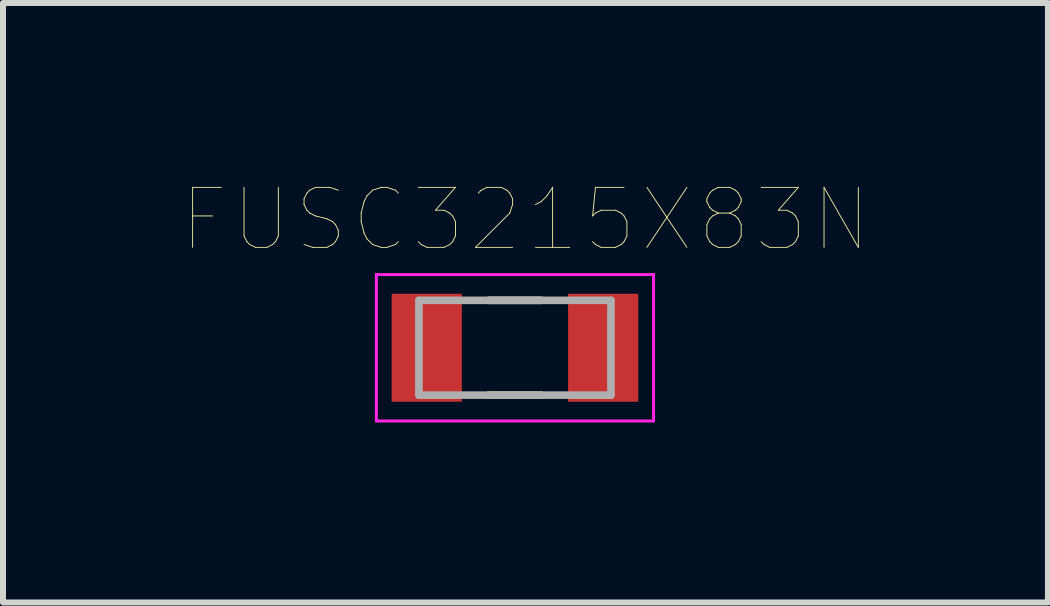
<source format=kicad_pcb>
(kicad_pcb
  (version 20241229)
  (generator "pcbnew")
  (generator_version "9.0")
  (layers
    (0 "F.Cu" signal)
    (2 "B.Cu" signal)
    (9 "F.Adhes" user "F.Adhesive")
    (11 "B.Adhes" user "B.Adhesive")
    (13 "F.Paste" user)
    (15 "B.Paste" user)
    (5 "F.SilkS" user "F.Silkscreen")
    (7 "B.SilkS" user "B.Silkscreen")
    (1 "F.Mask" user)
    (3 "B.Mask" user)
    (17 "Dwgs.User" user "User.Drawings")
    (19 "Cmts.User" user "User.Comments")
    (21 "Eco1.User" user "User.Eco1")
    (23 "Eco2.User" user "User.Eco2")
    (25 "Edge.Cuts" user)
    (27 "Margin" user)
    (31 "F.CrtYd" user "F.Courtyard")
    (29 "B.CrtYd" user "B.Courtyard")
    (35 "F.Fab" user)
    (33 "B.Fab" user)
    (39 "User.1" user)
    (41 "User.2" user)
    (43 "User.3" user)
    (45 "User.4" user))
  (footprint "FUSC3215X83N"
    (layer "F.Cu")
    (at 5.533 2.746)
    (property "Reference" "FUSC3215X83N" (at 0.175 -2.135 0) (layer "F.SilkS") (effects (font (size 1 1) (thickness 0.015))))
    (attr through_hole)
    (fp_line (start -0.44 -0.79) (end 0.44 -0.79) (stroke (width 0.127) (type solid)) (layer "F.SilkS"))
    (fp_line (start 0.44 0.79) (end -0.44 0.79) (stroke (width 0.127) (type solid)) (layer "F.SilkS"))
    (fp_line (start -2.31 -1.22) (end 2.31 -1.22) (stroke (width 0.05) (type solid)) (layer "F.CrtYd"))
    (fp_line (start -2.31 1.22) (end -2.31 -1.22) (stroke (width 0.05) (type solid)) (layer "F.CrtYd"))
    (fp_line (start 2.31 -1.22) (end 2.31 1.22) (stroke (width 0.05) (type solid)) (layer "F.CrtYd"))
    (fp_line (start 2.31 1.22) (end -2.31 1.22) (stroke (width 0.05) (type solid)) (layer "F.CrtYd"))
    (fp_line (start -1.6 -0.79) (end 1.6 -0.79) (stroke (width 0.127) (type solid)) (layer "F.Fab"))
    (fp_line (start -1.6 0.79) (end -1.6 -0.79) (stroke (width 0.127) (type solid)) (layer "F.Fab"))
    (fp_line (start 1.6 -0.79) (end 1.6 0.79) (stroke (width 0.127) (type solid)) (layer "F.Fab"))
    (fp_line (start 1.6 0.79) (end -1.6 0.79) (stroke (width 0.127) (type solid)) (layer "F.Fab"))
    (pad "1" smd rect (at -1.47 0) (size 1.17 1.8) (layers "F.Cu" "F.Mask" "F.Paste"))
    (pad "2" smd rect (at 1.47 0) (size 1.17 1.8) (layers "F.Cu" "F.Mask" "F.Paste")))
  (gr_rect
    (start -3 -3)
    (end 14.416 6.991)
    (stroke (width 0.1) (type default))
    (fill no)
    (layer "Edge.Cuts")))
</source>
